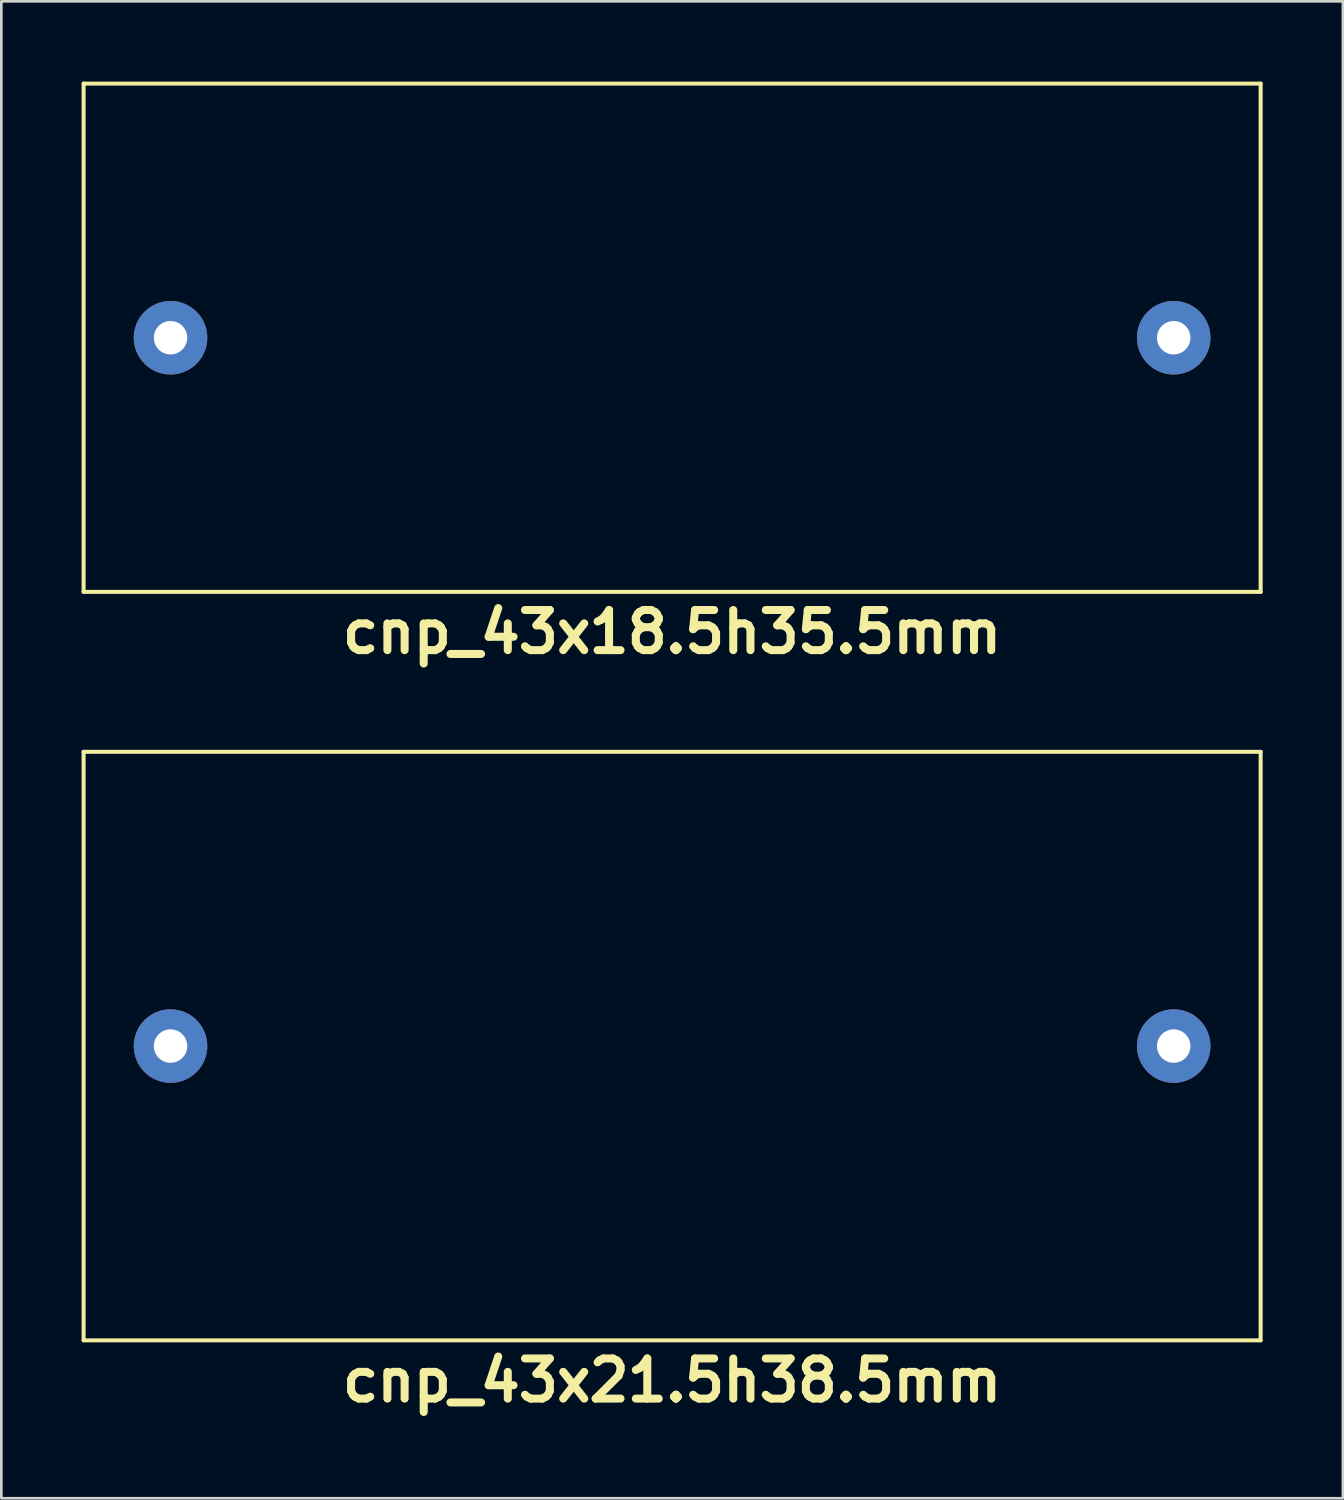
<source format=kicad_pcb>
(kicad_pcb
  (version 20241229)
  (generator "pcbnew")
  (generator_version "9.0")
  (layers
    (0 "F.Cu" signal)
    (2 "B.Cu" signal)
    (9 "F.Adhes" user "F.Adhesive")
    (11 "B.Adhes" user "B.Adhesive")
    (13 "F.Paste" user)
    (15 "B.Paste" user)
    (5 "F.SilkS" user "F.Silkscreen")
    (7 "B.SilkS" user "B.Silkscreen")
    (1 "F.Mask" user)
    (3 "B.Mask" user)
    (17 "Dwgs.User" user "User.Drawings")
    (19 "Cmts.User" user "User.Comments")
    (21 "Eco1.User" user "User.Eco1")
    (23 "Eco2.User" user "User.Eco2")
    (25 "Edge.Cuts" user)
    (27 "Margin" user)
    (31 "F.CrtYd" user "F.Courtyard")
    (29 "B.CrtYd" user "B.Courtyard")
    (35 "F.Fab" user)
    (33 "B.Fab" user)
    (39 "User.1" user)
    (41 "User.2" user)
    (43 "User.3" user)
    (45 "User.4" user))
  (footprint "cnp_43x18.5h35.5mm"
    (layer "F.Cu")
    (at 22.075 9.575)
    (property "Reference" "cnp_43x18.5h35.5mm" (at 0 11 0) (layer "F.SilkS") (effects (font (size 1.5 1.5) (thickness 0.3))))
    (attr through_hole)
    (fp_line (start -22 -9.5) (end 22 -9.5) (stroke (width 0.15) (type solid)) (layer "F.SilkS"))
    (fp_line (start -22 9.5) (end -22 -9.5) (stroke (width 0.15) (type solid)) (layer "F.SilkS"))
    (fp_line (start 22 -9.5) (end 22 9.5) (stroke (width 0.15) (type solid)) (layer "F.SilkS"))
    (fp_line (start 22 9.5) (end -22 9.5) (stroke (width 0.15) (type solid)) (layer "F.SilkS"))
    (pad "1" thru_hole circle (at 18.75 0) (size 2.75 2.75) (drill 1.25) (layers "*.Cu" "*.Mask"))
    (pad "2" thru_hole circle (at -18.75 0) (size 2.75 2.75) (drill 1.25) (layers "*.Cu" "*.Mask")))
  (footprint "cnp_43x21.5h38.5mm"
    (layer "F.Cu")
    (at 22.075 36.054)
    (property "Reference" "cnp_43x21.5h38.5mm" (at 0 12.5 0) (layer "F.SilkS") (effects (font (size 1.5 1.5) (thickness 0.3))))
    (attr through_hole)
    (fp_line (start -22 -11) (end 22 -11) (stroke (width 0.15) (type solid)) (layer "F.SilkS"))
    (fp_line (start -22 11) (end -22 -11) (stroke (width 0.15) (type solid)) (layer "F.SilkS"))
    (fp_line (start 22 -11) (end 22 11) (stroke (width 0.15) (type solid)) (layer "F.SilkS"))
    (fp_line (start 22 11) (end -22 11) (stroke (width 0.15) (type solid)) (layer "F.SilkS"))
    (pad "1" thru_hole circle (at 18.75 0) (size 2.75 2.75) (drill 1.25) (layers "*.Cu" "*.Mask"))
    (pad "2" thru_hole circle (at -18.75 0) (size 2.75 2.75) (drill 1.25) (layers "*.Cu" "*.Mask")))
  (gr_rect
    (start -3 -3)
    (end 47.15 52.958)
    (stroke (width 0.1) (type default))
    (fill no)
    (layer "Edge.Cuts")))
</source>
